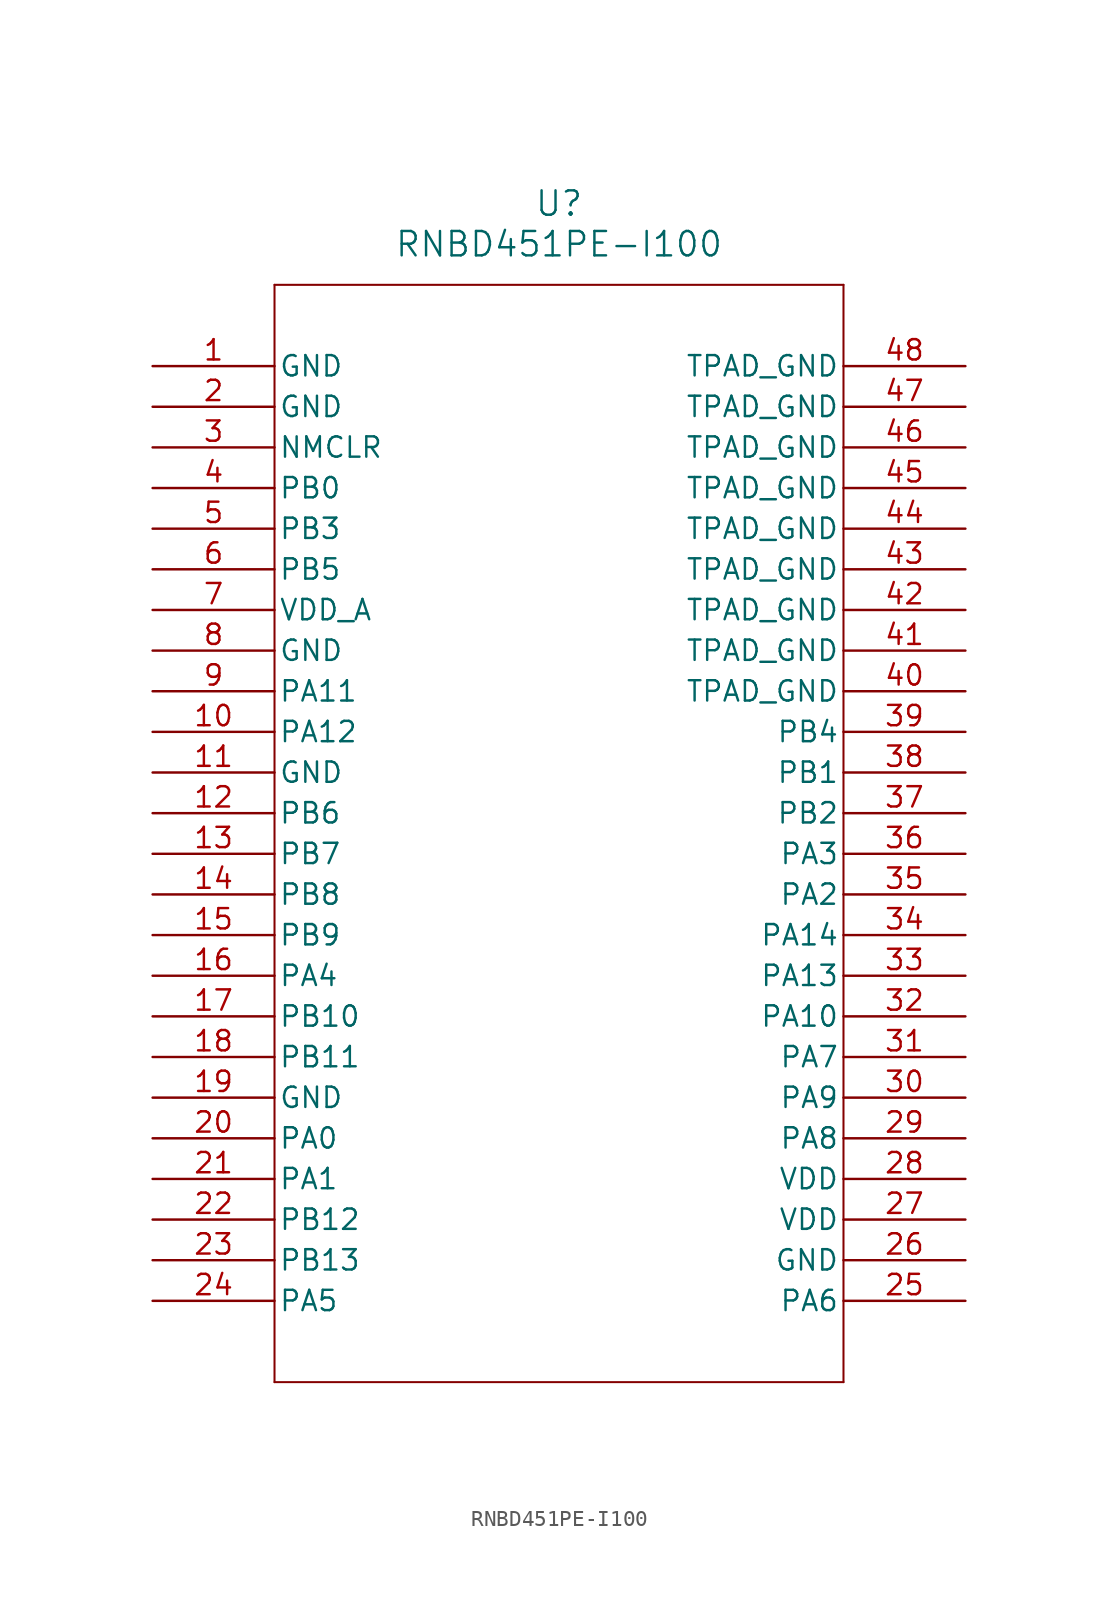
<source format=kicad_sym>
(kicad_symbol_lib
  (version 20231120)
  (generator "kicad_symbol_editor")
  (generator_version "8.0")
  (symbol "RNBD451PE-I100"
    (pin_names
      (offset 0.254))
    (property "Reference" "U"
      (at 25.4 10.16 0)
      (effects (font (size 1.524 1.524))))
    (property "Value" "RNBD451PE-I100"
      (at 25.4 7.62 0)
      (effects (font (size 1.524 1.524))))
    (property "ki_locked" ""
      (at 0 0 0)
      (effects (font (size 1.27 1.27))))
    (symbol "RNBD451PE-I100_1_1"
      (polyline (pts (xy 7.62 -63.5) (xy 43.18 -63.5)) (stroke (width 0.127) (type default)) (fill (type none)))
      (polyline (pts (xy 7.62 5.08) (xy 7.62 -63.5)) (stroke (width 0.127) (type default)) (fill (type none)))
      (polyline (pts (xy 43.18 -63.5) (xy 43.18 5.08)) (stroke (width 0.127) (type default)) (fill (type none)))
      (polyline (pts (xy 43.18 5.08) (xy 7.62 5.08)) (stroke (width 0.127) (type default)) (fill (type none)))
      (pin power_out line (at 0 0 0) (length 7.62) (name "GND" (effects (font (size 1.27 1.27)))) (number "1" (effects (font (size 1.27 1.27)))))
      (pin bidirectional line (at 0 -22.86 0) (length 7.62) (name "PA12" (effects (font (size 1.27 1.27)))) (number "10" (effects (font (size 1.27 1.27)))))
      (pin power_out line (at 0 -25.4 0) (length 7.62) (name "GND" (effects (font (size 1.27 1.27)))) (number "11" (effects (font (size 1.27 1.27)))))
      (pin bidirectional line (at 0 -27.94 0) (length 7.62) (name "PB6" (effects (font (size 1.27 1.27)))) (number "12" (effects (font (size 1.27 1.27)))))
      (pin bidirectional line (at 0 -30.48 0) (length 7.62) (name "PB7" (effects (font (size 1.27 1.27)))) (number "13" (effects (font (size 1.27 1.27)))))
      (pin bidirectional line (at 0 -33.02 0) (length 7.62) (name "PB8" (effects (font (size 1.27 1.27)))) (number "14" (effects (font (size 1.27 1.27)))))
      (pin bidirectional line (at 0 -35.56 0) (length 7.62) (name "PB9" (effects (font (size 1.27 1.27)))) (number "15" (effects (font (size 1.27 1.27)))))
      (pin bidirectional line (at 0 -38.1 0) (length 7.62) (name "PA4" (effects (font (size 1.27 1.27)))) (number "16" (effects (font (size 1.27 1.27)))))
      (pin bidirectional line (at 0 -40.64 0) (length 7.62) (name "PB10" (effects (font (size 1.27 1.27)))) (number "17" (effects (font (size 1.27 1.27)))))
      (pin bidirectional line (at 0 -43.18 0) (length 7.62) (name "PB11" (effects (font (size 1.27 1.27)))) (number "18" (effects (font (size 1.27 1.27)))))
      (pin power_out line (at 0 -45.72 0) (length 7.62) (name "GND" (effects (font (size 1.27 1.27)))) (number "19" (effects (font (size 1.27 1.27)))))
      (pin power_out line (at 0 -2.54 0) (length 7.62) (name "GND" (effects (font (size 1.27 1.27)))) (number "2" (effects (font (size 1.27 1.27)))))
      (pin bidirectional line (at 0 -48.26 0) (length 7.62) (name "PA0" (effects (font (size 1.27 1.27)))) (number "20" (effects (font (size 1.27 1.27)))))
      (pin bidirectional line (at 0 -50.8 0) (length 7.62) (name "PA1" (effects (font (size 1.27 1.27)))) (number "21" (effects (font (size 1.27 1.27)))))
      (pin bidirectional line (at 0 -53.34 0) (length 7.62) (name "PB12" (effects (font (size 1.27 1.27)))) (number "22" (effects (font (size 1.27 1.27)))))
      (pin bidirectional line (at 0 -55.88 0) (length 7.62) (name "PB13" (effects (font (size 1.27 1.27)))) (number "23" (effects (font (size 1.27 1.27)))))
      (pin bidirectional line (at 0 -58.42 0) (length 7.62) (name "PA5" (effects (font (size 1.27 1.27)))) (number "24" (effects (font (size 1.27 1.27)))))
      (pin bidirectional line (at 50.8 -58.42 180) (length 7.62) (name "PA6" (effects (font (size 1.27 1.27)))) (number "25" (effects (font (size 1.27 1.27)))))
      (pin power_out line (at 50.8 -55.88 180) (length 7.62) (name "GND" (effects (font (size 1.27 1.27)))) (number "26" (effects (font (size 1.27 1.27)))))
      (pin power_in line (at 50.8 -53.34 180) (length 7.62) (name "VDD" (effects (font (size 1.27 1.27)))) (number "27" (effects (font (size 1.27 1.27)))))
      (pin power_in line (at 50.8 -50.8 180) (length 7.62) (name "VDD" (effects (font (size 1.27 1.27)))) (number "28" (effects (font (size 1.27 1.27)))))
      (pin bidirectional line (at 50.8 -48.26 180) (length 7.62) (name "PA8" (effects (font (size 1.27 1.27)))) (number "29" (effects (font (size 1.27 1.27)))))
      (pin input line (at 0 -5.08 0) (length 7.62) (name "NMCLR" (effects (font (size 1.27 1.27)))) (number "3" (effects (font (size 1.27 1.27)))))
      (pin bidirectional line (at 50.8 -45.72 180) (length 7.62) (name "PA9" (effects (font (size 1.27 1.27)))) (number "30" (effects (font (size 1.27 1.27)))))
      (pin bidirectional line (at 50.8 -43.18 180) (length 7.62) (name "PA7" (effects (font (size 1.27 1.27)))) (number "31" (effects (font (size 1.27 1.27)))))
      (pin bidirectional line (at 50.8 -40.64 180) (length 7.62) (name "PA10" (effects (font (size 1.27 1.27)))) (number "32" (effects (font (size 1.27 1.27)))))
      (pin bidirectional line (at 50.8 -38.1 180) (length 7.62) (name "PA13" (effects (font (size 1.27 1.27)))) (number "33" (effects (font (size 1.27 1.27)))))
      (pin bidirectional line (at 50.8 -35.56 180) (length 7.62) (name "PA14" (effects (font (size 1.27 1.27)))) (number "34" (effects (font (size 1.27 1.27)))))
      (pin bidirectional line (at 50.8 -33.02 180) (length 7.62) (name "PA2" (effects (font (size 1.27 1.27)))) (number "35" (effects (font (size 1.27 1.27)))))
      (pin bidirectional line (at 50.8 -30.48 180) (length 7.62) (name "PA3" (effects (font (size 1.27 1.27)))) (number "36" (effects (font (size 1.27 1.27)))))
      (pin bidirectional line (at 50.8 -27.94 180) (length 7.62) (name "PB2" (effects (font (size 1.27 1.27)))) (number "37" (effects (font (size 1.27 1.27)))))
      (pin bidirectional line (at 50.8 -25.4 180) (length 7.62) (name "PB1" (effects (font (size 1.27 1.27)))) (number "38" (effects (font (size 1.27 1.27)))))
      (pin bidirectional line (at 50.8 -22.86 180) (length 7.62) (name "PB4" (effects (font (size 1.27 1.27)))) (number "39" (effects (font (size 1.27 1.27)))))
      (pin bidirectional line (at 0 -7.62 0) (length 7.62) (name "PB0" (effects (font (size 1.27 1.27)))) (number "4" (effects (font (size 1.27 1.27)))))
      (pin power_out line (at 50.8 -20.32 180) (length 7.62) (name "TPAD_GND" (effects (font (size 1.27 1.27)))) (number "40" (effects (font (size 1.27 1.27)))))
      (pin power_out line (at 50.8 -17.78 180) (length 7.62) (name "TPAD_GND" (effects (font (size 1.27 1.27)))) (number "41" (effects (font (size 1.27 1.27)))))
      (pin power_out line (at 50.8 -15.24 180) (length 7.62) (name "TPAD_GND" (effects (font (size 1.27 1.27)))) (number "42" (effects (font (size 1.27 1.27)))))
      (pin power_out line (at 50.8 -12.7 180) (length 7.62) (name "TPAD_GND" (effects (font (size 1.27 1.27)))) (number "43" (effects (font (size 1.27 1.27)))))
      (pin power_out line (at 50.8 -10.16 180) (length 7.62) (name "TPAD_GND" (effects (font (size 1.27 1.27)))) (number "44" (effects (font (size 1.27 1.27)))))
      (pin power_out line (at 50.8 -7.62 180) (length 7.62) (name "TPAD_GND" (effects (font (size 1.27 1.27)))) (number "45" (effects (font (size 1.27 1.27)))))
      (pin power_out line (at 50.8 -5.08 180) (length 7.62) (name "TPAD_GND" (effects (font (size 1.27 1.27)))) (number "46" (effects (font (size 1.27 1.27)))))
      (pin power_out line (at 50.8 -2.54 180) (length 7.62) (name "TPAD_GND" (effects (font (size 1.27 1.27)))) (number "47" (effects (font (size 1.27 1.27)))))
      (pin power_out line (at 50.8 0 180) (length 7.62) (name "TPAD_GND" (effects (font (size 1.27 1.27)))) (number "48" (effects (font (size 1.27 1.27)))))
      (pin bidirectional line (at 0 -10.16 0) (length 7.62) (name "PB3" (effects (font (size 1.27 1.27)))) (number "5" (effects (font (size 1.27 1.27)))))
      (pin bidirectional line (at 0 -12.7 0) (length 7.62) (name "PB5" (effects (font (size 1.27 1.27)))) (number "6" (effects (font (size 1.27 1.27)))))
      (pin power_in line (at 0 -15.24 0) (length 7.62) (name "VDD_A" (effects (font (size 1.27 1.27)))) (number "7" (effects (font (size 1.27 1.27)))))
      (pin power_out line (at 0 -17.78 0) (length 7.62) (name "GND" (effects (font (size 1.27 1.27)))) (number "8" (effects (font (size 1.27 1.27)))))
      (pin bidirectional line (at 0 -20.32 0) (length 7.62) (name "PA11" (effects (font (size 1.27 1.27)))) (number "9" (effects (font (size 1.27 1.27))))))))
</source>
